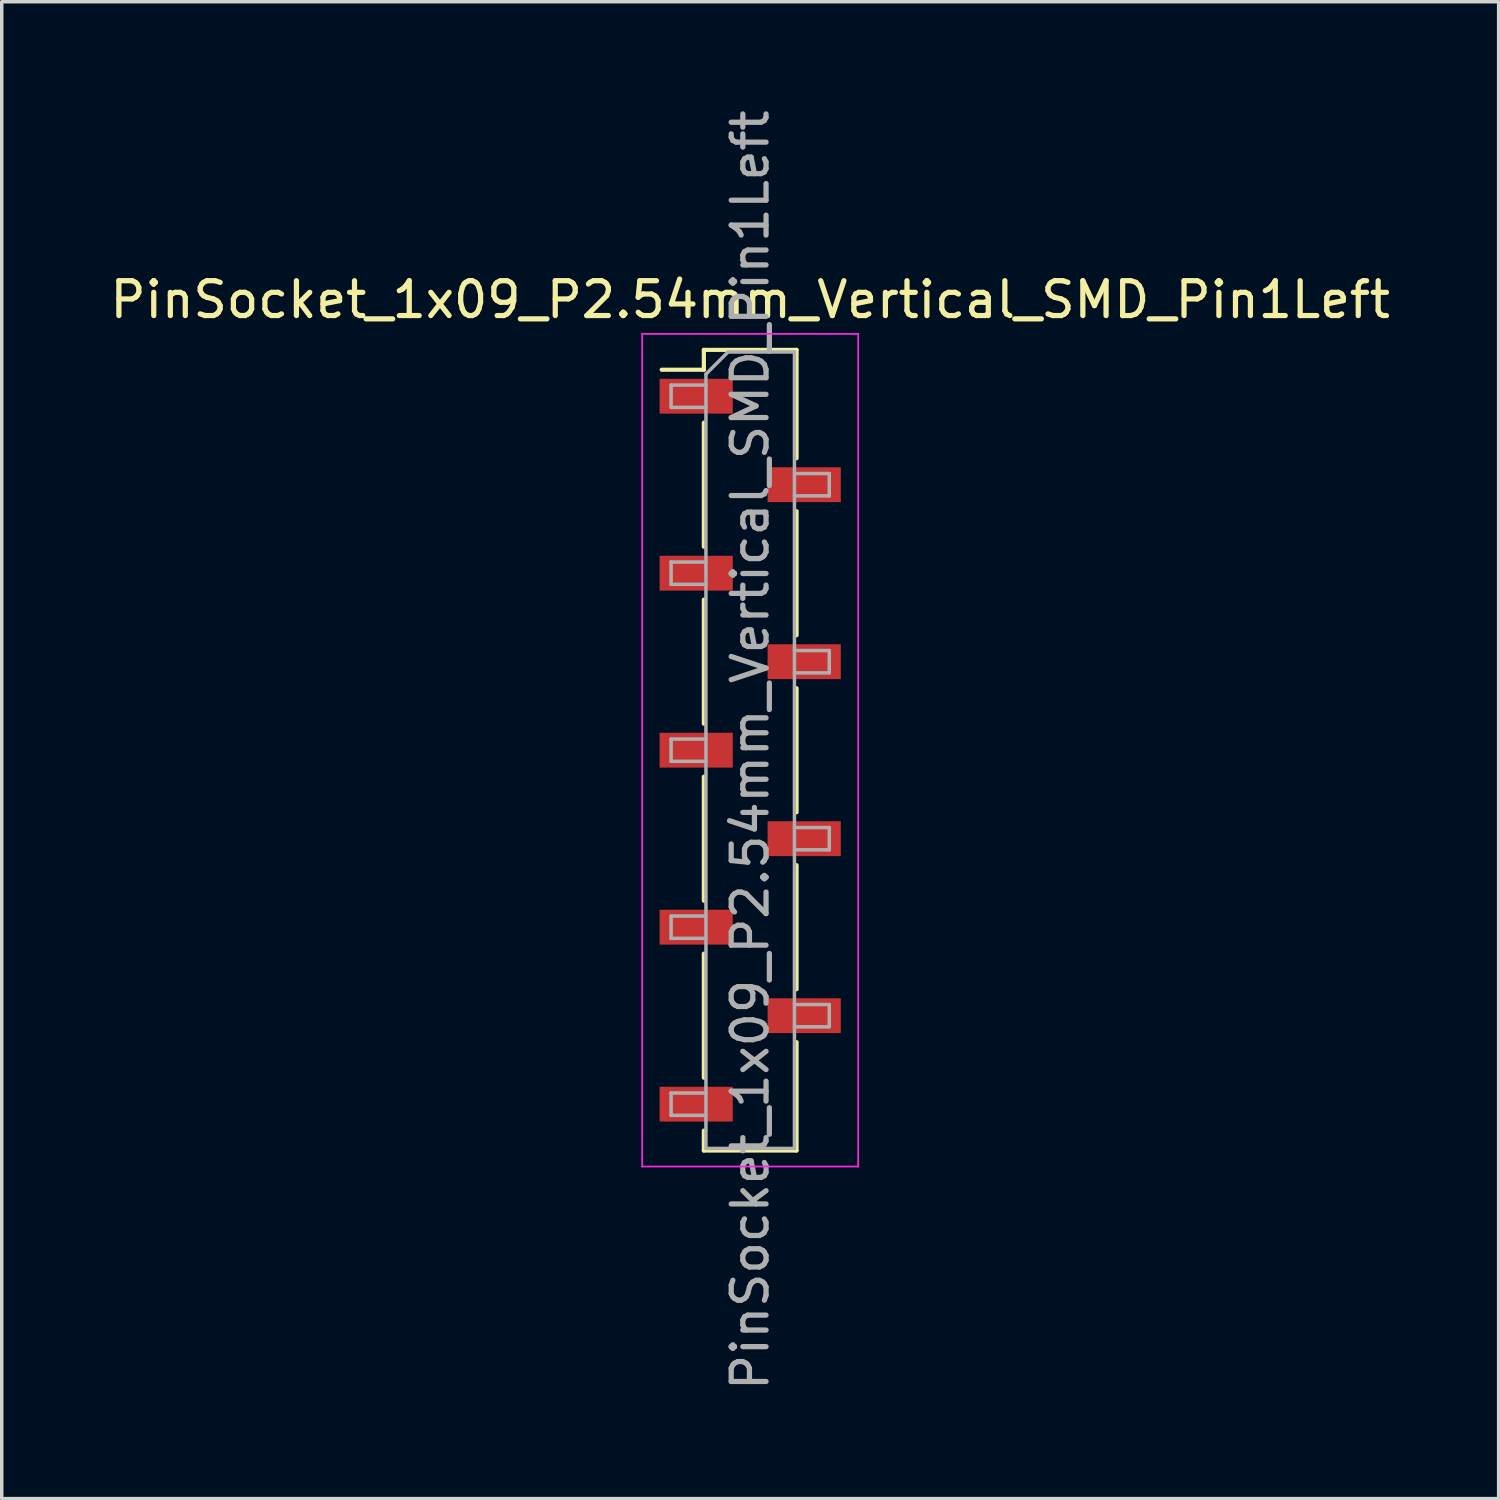
<source format=kicad_pcb>
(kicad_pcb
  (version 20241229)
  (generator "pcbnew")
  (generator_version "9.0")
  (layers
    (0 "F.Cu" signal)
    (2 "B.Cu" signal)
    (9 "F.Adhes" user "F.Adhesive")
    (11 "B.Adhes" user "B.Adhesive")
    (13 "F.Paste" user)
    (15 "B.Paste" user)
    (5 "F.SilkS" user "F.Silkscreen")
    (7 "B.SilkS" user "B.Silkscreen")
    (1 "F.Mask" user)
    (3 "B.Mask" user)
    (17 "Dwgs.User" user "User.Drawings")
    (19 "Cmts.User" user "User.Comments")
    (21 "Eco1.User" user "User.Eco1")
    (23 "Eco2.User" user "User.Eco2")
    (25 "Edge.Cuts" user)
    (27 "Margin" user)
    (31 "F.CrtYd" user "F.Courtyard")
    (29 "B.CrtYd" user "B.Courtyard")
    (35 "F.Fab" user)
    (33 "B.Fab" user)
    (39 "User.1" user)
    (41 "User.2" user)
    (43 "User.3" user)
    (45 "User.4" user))
  (footprint "PinSocket_1x09_P2.54mm_Vertical_SMD_Pin1Left"
    (layer "F.Cu")
    (at 18.482 18.482)
    (property "Reference" "PinSocket_1x09_P2.54mm_Vertical_SMD_Pin1Left" (at 0 -12.93 0) (layer "F.SilkS") (effects (font (size 1 1) (thickness 0.15))))
    (attr smd)
    (fp_line (start -2.54 -10.92) (end -1.33 -10.92) (stroke (width 0.12) (type solid)) (layer "F.SilkS"))
    (fp_line (start -1.33 -11.49) (end -1.33 -10.92) (stroke (width 0.12) (type solid)) (layer "F.SilkS"))
    (fp_line (start -1.33 -11.49) (end 1.33 -11.49) (stroke (width 0.12) (type solid)) (layer "F.SilkS"))
    (fp_line (start -1.33 -9.4) (end -1.33 -5.84) (stroke (width 0.12) (type solid)) (layer "F.SilkS"))
    (fp_line (start -1.33 -4.32) (end -1.33 -0.76) (stroke (width 0.12) (type solid)) (layer "F.SilkS"))
    (fp_line (start -1.33 0.76) (end -1.33 4.32) (stroke (width 0.12) (type solid)) (layer "F.SilkS"))
    (fp_line (start -1.33 5.84) (end -1.33 9.4) (stroke (width 0.12) (type solid)) (layer "F.SilkS"))
    (fp_line (start -1.33 10.92) (end -1.33 11.49) (stroke (width 0.12) (type solid)) (layer "F.SilkS"))
    (fp_line (start -1.33 11.49) (end 1.33 11.49) (stroke (width 0.12) (type solid)) (layer "F.SilkS"))
    (fp_line (start 1.33 -11.49) (end 1.33 -8.38) (stroke (width 0.12) (type solid)) (layer "F.SilkS"))
    (fp_line (start 1.33 -6.86) (end 1.33 -3.3) (stroke (width 0.12) (type solid)) (layer "F.SilkS"))
    (fp_line (start 1.33 -1.78) (end 1.33 1.78) (stroke (width 0.12) (type solid)) (layer "F.SilkS"))
    (fp_line (start 1.33 3.3) (end 1.33 6.86) (stroke (width 0.12) (type solid)) (layer "F.SilkS"))
    (fp_line (start 1.33 8.38) (end 1.33 11.49) (stroke (width 0.12) (type solid)) (layer "F.SilkS"))
    (fp_line (start -3.1 -11.95) (end 3.1 -11.95) (stroke (width 0.05) (type solid)) (layer "F.CrtYd"))
    (fp_line (start -3.1 11.95) (end -3.1 -11.95) (stroke (width 0.05) (type solid)) (layer "F.CrtYd"))
    (fp_line (start 3.1 -11.95) (end 3.1 11.95) (stroke (width 0.05) (type solid)) (layer "F.CrtYd"))
    (fp_line (start 3.1 11.95) (end -3.1 11.95) (stroke (width 0.05) (type solid)) (layer "F.CrtYd"))
    (fp_line (start -2.27 -10.48) (end -1.27 -10.48) (stroke (width 0.1) (type solid)) (layer "F.Fab"))
    (fp_line (start -2.27 -9.84) (end -2.27 -10.48) (stroke (width 0.1) (type solid)) (layer "F.Fab"))
    (fp_line (start -2.27 -5.4) (end -1.27 -5.4) (stroke (width 0.1) (type solid)) (layer "F.Fab"))
    (fp_line (start -2.27 -4.76) (end -2.27 -5.4) (stroke (width 0.1) (type solid)) (layer "F.Fab"))
    (fp_line (start -2.27 -0.32) (end -1.27 -0.32) (stroke (width 0.1) (type solid)) (layer "F.Fab"))
    (fp_line (start -2.27 0.32) (end -2.27 -0.32) (stroke (width 0.1) (type solid)) (layer "F.Fab"))
    (fp_line (start -2.27 4.76) (end -1.27 4.76) (stroke (width 0.1) (type solid)) (layer "F.Fab"))
    (fp_line (start -2.27 5.4) (end -2.27 4.76) (stroke (width 0.1) (type solid)) (layer "F.Fab"))
    (fp_line (start -2.27 9.84) (end -1.27 9.84) (stroke (width 0.1) (type solid)) (layer "F.Fab"))
    (fp_line (start -2.27 10.48) (end -2.27 9.84) (stroke (width 0.1) (type solid)) (layer "F.Fab"))
    (fp_line (start -1.27 -10.795) (end -0.635 -11.43) (stroke (width 0.1) (type solid)) (layer "F.Fab"))
    (fp_line (start -1.27 -9.84) (end -2.27 -9.84) (stroke (width 0.1) (type solid)) (layer "F.Fab"))
    (fp_line (start -1.27 -4.76) (end -2.27 -4.76) (stroke (width 0.1) (type solid)) (layer "F.Fab"))
    (fp_line (start -1.27 0.32) (end -2.27 0.32) (stroke (width 0.1) (type solid)) (layer "F.Fab"))
    (fp_line (start -1.27 5.4) (end -2.27 5.4) (stroke (width 0.1) (type solid)) (layer "F.Fab"))
    (fp_line (start -1.27 10.48) (end -2.27 10.48) (stroke (width 0.1) (type solid)) (layer "F.Fab"))
    (fp_line (start -1.27 11.43) (end -1.27 -10.795) (stroke (width 0.1) (type solid)) (layer "F.Fab"))
    (fp_line (start -0.635 -11.43) (end 1.27 -11.43) (stroke (width 0.1) (type solid)) (layer "F.Fab"))
    (fp_line (start 1.27 -11.43) (end 1.27 11.43) (stroke (width 0.1) (type solid)) (layer "F.Fab"))
    (fp_line (start 1.27 -7.94) (end 2.27 -7.94) (stroke (width 0.1) (type solid)) (layer "F.Fab"))
    (fp_line (start 1.27 -2.86) (end 2.27 -2.86) (stroke (width 0.1) (type solid)) (layer "F.Fab"))
    (fp_line (start 1.27 2.22) (end 2.27 2.22) (stroke (width 0.1) (type solid)) (layer "F.Fab"))
    (fp_line (start 1.27 7.3) (end 2.27 7.3) (stroke (width 0.1) (type solid)) (layer "F.Fab"))
    (fp_line (start 1.27 11.43) (end -1.27 11.43) (stroke (width 0.1) (type solid)) (layer "F.Fab"))
    (fp_line (start 2.27 -7.94) (end 2.27 -7.3) (stroke (width 0.1) (type solid)) (layer "F.Fab"))
    (fp_line (start 2.27 -7.3) (end 1.27 -7.3) (stroke (width 0.1) (type solid)) (layer "F.Fab"))
    (fp_line (start 2.27 -2.86) (end 2.27 -2.22) (stroke (width 0.1) (type solid)) (layer "F.Fab"))
    (fp_line (start 2.27 -2.22) (end 1.27 -2.22) (stroke (width 0.1) (type solid)) (layer "F.Fab"))
    (fp_line (start 2.27 2.22) (end 2.27 2.86) (stroke (width 0.1) (type solid)) (layer "F.Fab"))
    (fp_line (start 2.27 2.86) (end 1.27 2.86) (stroke (width 0.1) (type solid)) (layer "F.Fab"))
    (fp_line (start 2.27 7.3) (end 2.27 7.94) (stroke (width 0.1) (type solid)) (layer "F.Fab"))
    (fp_line (start 2.27 7.94) (end 1.27 7.94) (stroke (width 0.1) (type solid)) (layer "F.Fab"))
    (fp_text user "${REFERENCE}" (at 0 0 90) (layer "F.Fab") (effects (font (size 1 1) (thickness 0.15))))
    (pad "1" smd rect (at -1.55 -10.16) (size 2.1 1) (layers "F.Cu" "F.Mask" "F.Paste"))
    (pad "2" smd rect (at 1.55 -7.62) (size 2.1 1) (layers "F.Cu" "F.Mask" "F.Paste"))
    (pad "3" smd rect (at -1.55 -5.08) (size 2.1 1) (layers "F.Cu" "F.Mask" "F.Paste"))
    (pad "4" smd rect (at 1.55 -2.54) (size 2.1 1) (layers "F.Cu" "F.Mask" "F.Paste"))
    (pad "5" smd rect (at -1.55 0) (size 2.1 1) (layers "F.Cu" "F.Mask" "F.Paste"))
    (pad "6" smd rect (at 1.55 2.54) (size 2.1 1) (layers "F.Cu" "F.Mask" "F.Paste"))
    (pad "7" smd rect (at -1.55 5.08) (size 2.1 1) (layers "F.Cu" "F.Mask" "F.Paste"))
    (pad "8" smd rect (at 1.55 7.62) (size 2.1 1) (layers "F.Cu" "F.Mask" "F.Paste"))
    (pad "9" smd rect (at -1.55 10.16) (size 2.1 1) (layers "F.Cu" "F.Mask" "F.Paste")))
  (gr_rect
    (start -3 -3)
    (end 39.964 39.964)
    (stroke (width 0.1) (type default))
    (fill no)
    (layer "Edge.Cuts")))
</source>
